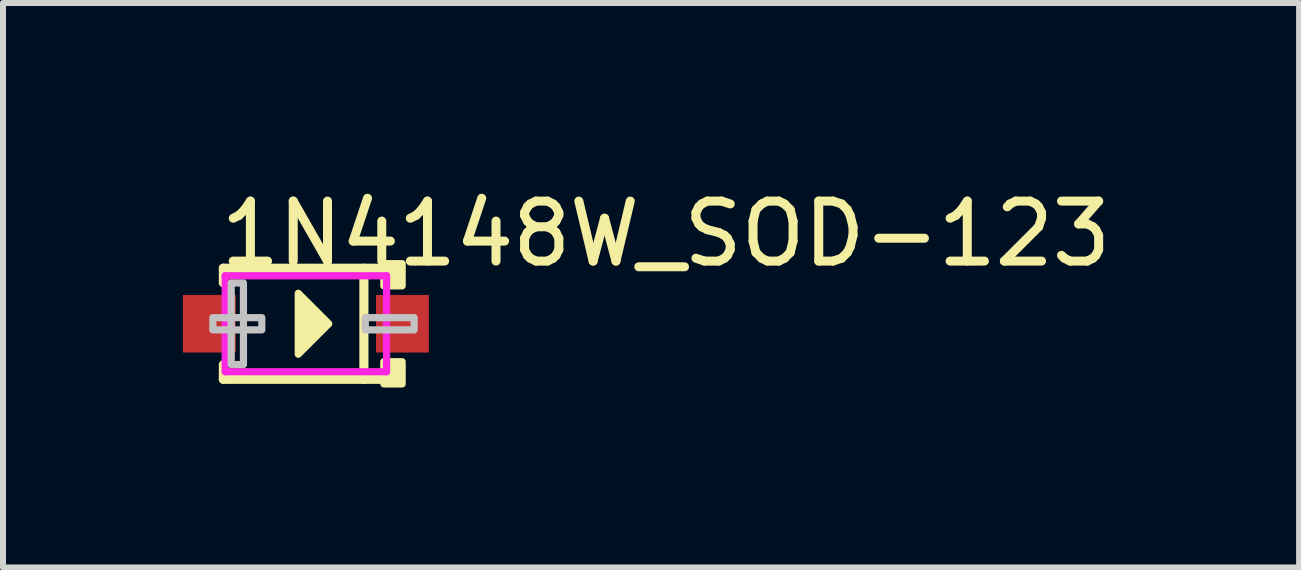
<source format=kicad_pcb>
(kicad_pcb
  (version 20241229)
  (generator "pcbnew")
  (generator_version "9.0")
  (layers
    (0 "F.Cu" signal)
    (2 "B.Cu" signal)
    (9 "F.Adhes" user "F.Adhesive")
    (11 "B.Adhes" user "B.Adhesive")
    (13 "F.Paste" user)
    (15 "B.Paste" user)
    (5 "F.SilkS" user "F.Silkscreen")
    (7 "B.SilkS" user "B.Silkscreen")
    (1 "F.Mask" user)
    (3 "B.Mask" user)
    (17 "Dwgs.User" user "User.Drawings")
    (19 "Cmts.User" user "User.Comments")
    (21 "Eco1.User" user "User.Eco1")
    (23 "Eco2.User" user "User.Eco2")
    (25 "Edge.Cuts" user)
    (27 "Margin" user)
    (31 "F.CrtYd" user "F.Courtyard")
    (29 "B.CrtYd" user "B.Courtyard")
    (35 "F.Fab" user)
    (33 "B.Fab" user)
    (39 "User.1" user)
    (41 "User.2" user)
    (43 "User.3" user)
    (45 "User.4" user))
  (footprint "1N4148W_SOD-123"
    (layer "F.Cu")
    (at 2.05 2.348)
    (property "Reference" "1N4148W_SOD-123" (at -1.5 -1.5 0) (layer "F.SilkS") (effects (font (size 1 1) (thickness 0.15)) (justify left)))
    (attr through_hole)
    (fp_line (start -1.376 -0.926) (end -1.376 -0.683) (stroke (width 0.152) (type solid)) (layer "F.SilkS"))
    (fp_line (start -1.376 0.926) (end -1.376 0.683) (stroke (width 0.152) (type solid)) (layer "F.SilkS"))
    (fp_line (start 0.967 0.926) (end 0.967 -0.926) (stroke (width 0.152) (type solid)) (layer "F.SilkS"))
    (fp_line (start 1.376 -0.926) (end -1.376 -0.926) (stroke (width 0.152) (type solid)) (layer "F.SilkS"))
    (fp_line (start 1.376 0.926) (end -1.376 0.926) (stroke (width 0.152) (type solid)) (layer "F.SilkS"))
    (fp_poly (pts (xy 0.381 0) (xy -0.127 -0.508) (xy -0.127 0.508)) (stroke (width 0.12) (type solid)) (fill yes) (layer "F.SilkS"))
    (fp_poly (pts (xy 1.3 -1.002) (xy 1.3 -0.632) (xy 1.605 -0.632) (xy 1.605 -1.002)) (stroke (width 0.12) (type solid)) (fill yes) (layer "F.SilkS"))
    (fp_poly (pts (xy 1.3 1.003) (xy 1.3 0.632) (xy 1.605 0.633) (xy 1.605 1.003)) (stroke (width 0.12) (type solid)) (fill yes) (layer "F.SilkS"))
    (fp_poly (pts (xy -1.551 0.102) (xy -1.551 -0.102) (xy -0.735 -0.102) (xy -0.735 0.102)) (stroke (width 0.12) (type solid)) (fill no) (layer "Dwgs.User"))
    (fp_poly (pts (xy -1.245 0.68) (xy -1.245 -0.68) (xy -1.041 -0.68) (xy -1.041 0.68)) (stroke (width 0.12) (type solid)) (fill no) (layer "Dwgs.User"))
    (fp_poly (pts (xy 1.805 0.102) (xy 1.805 -0.102) (xy 0.989 -0.102) (xy 0.989 0.102)) (stroke (width 0.12) (type solid)) (fill no) (layer "Dwgs.User"))
    (fp_line (start -1.511 -0.3) (end -1.511 0.3) (stroke (width 0.12) (type solid)) (layer "Eco2.User"))
    (fp_line (start -1.511 0.3) (end -1.34 0.3) (stroke (width 0.12) (type solid)) (layer "Eco2.User"))
    (fp_line (start -1.34 -0.3) (end -1.511 -0.3) (stroke (width 0.12) (type solid)) (layer "Eco2.User"))
    (fp_line (start -1.34 0.3) (end -1.34 -0.3) (stroke (width 0.12) (type solid)) (layer "Eco2.User"))
    (fp_line (start 1.34 -0.3) (end 1.34 0.3) (stroke (width 0.12) (type solid)) (layer "Eco2.User"))
    (fp_line (start 1.34 0.3) (end 1.511 0.3) (stroke (width 0.12) (type solid)) (layer "Eco2.User"))
    (fp_line (start 1.511 -0.3) (end 1.34 -0.3) (stroke (width 0.12) (type solid)) (layer "Eco2.User"))
    (fp_line (start 1.511 0.3) (end 1.511 -0.3) (stroke (width 0.12) (type solid)) (layer "Eco2.User"))
    (fp_circle (center -1.851 0.8) (end -1.821 0.8) (stroke (width 0.06) (type solid)) (fill no) (layer "Eco2.User"))
    (fp_poly (pts (xy -1.851 -0.3) (xy -1.501 -0.3) (xy -1.501 0.3) (xy -1.851 0.3)) (stroke (width 0.12) (type solid)) (fill no) (layer "Eco2.User"))
    (fp_poly (pts (xy 1.851 0.3) (xy 1.501 0.3) (xy 1.501 -0.3) (xy 1.851 -0.3)) (stroke (width 0.12) (type solid)) (fill no) (layer "Eco2.User"))
    (fp_line (start -1.345 -0.8) (end 1.345 -0.8) (stroke (width 0.12) (type solid)) (layer "F.CrtYd"))
    (fp_line (start -1.345 0.8) (end -1.345 -0.8) (stroke (width 0.12) (type solid)) (layer "F.CrtYd"))
    (fp_line (start 1.345 -0.8) (end 1.345 0.8) (stroke (width 0.12) (type solid)) (layer "F.CrtYd"))
    (fp_line (start 1.345 0.8) (end -1.345 0.8) (stroke (width 0.12) (type solid)) (layer "F.CrtYd"))
    (pad "1" smd rect (at -1.61 0 180) (size 0.88 0.96) (layers "F.Cu" "F.Mask" "F.Paste"))
    (pad "2" smd rect (at 1.61 0 180) (size 0.88 0.96) (layers "F.Cu" "F.Mask" "F.Paste")))
  (gr_rect
    (start -3 -3)
    (end 18.61 6.411)
    (stroke (width 0.1) (type default))
    (fill no)
    (layer "Edge.Cuts")))
</source>
